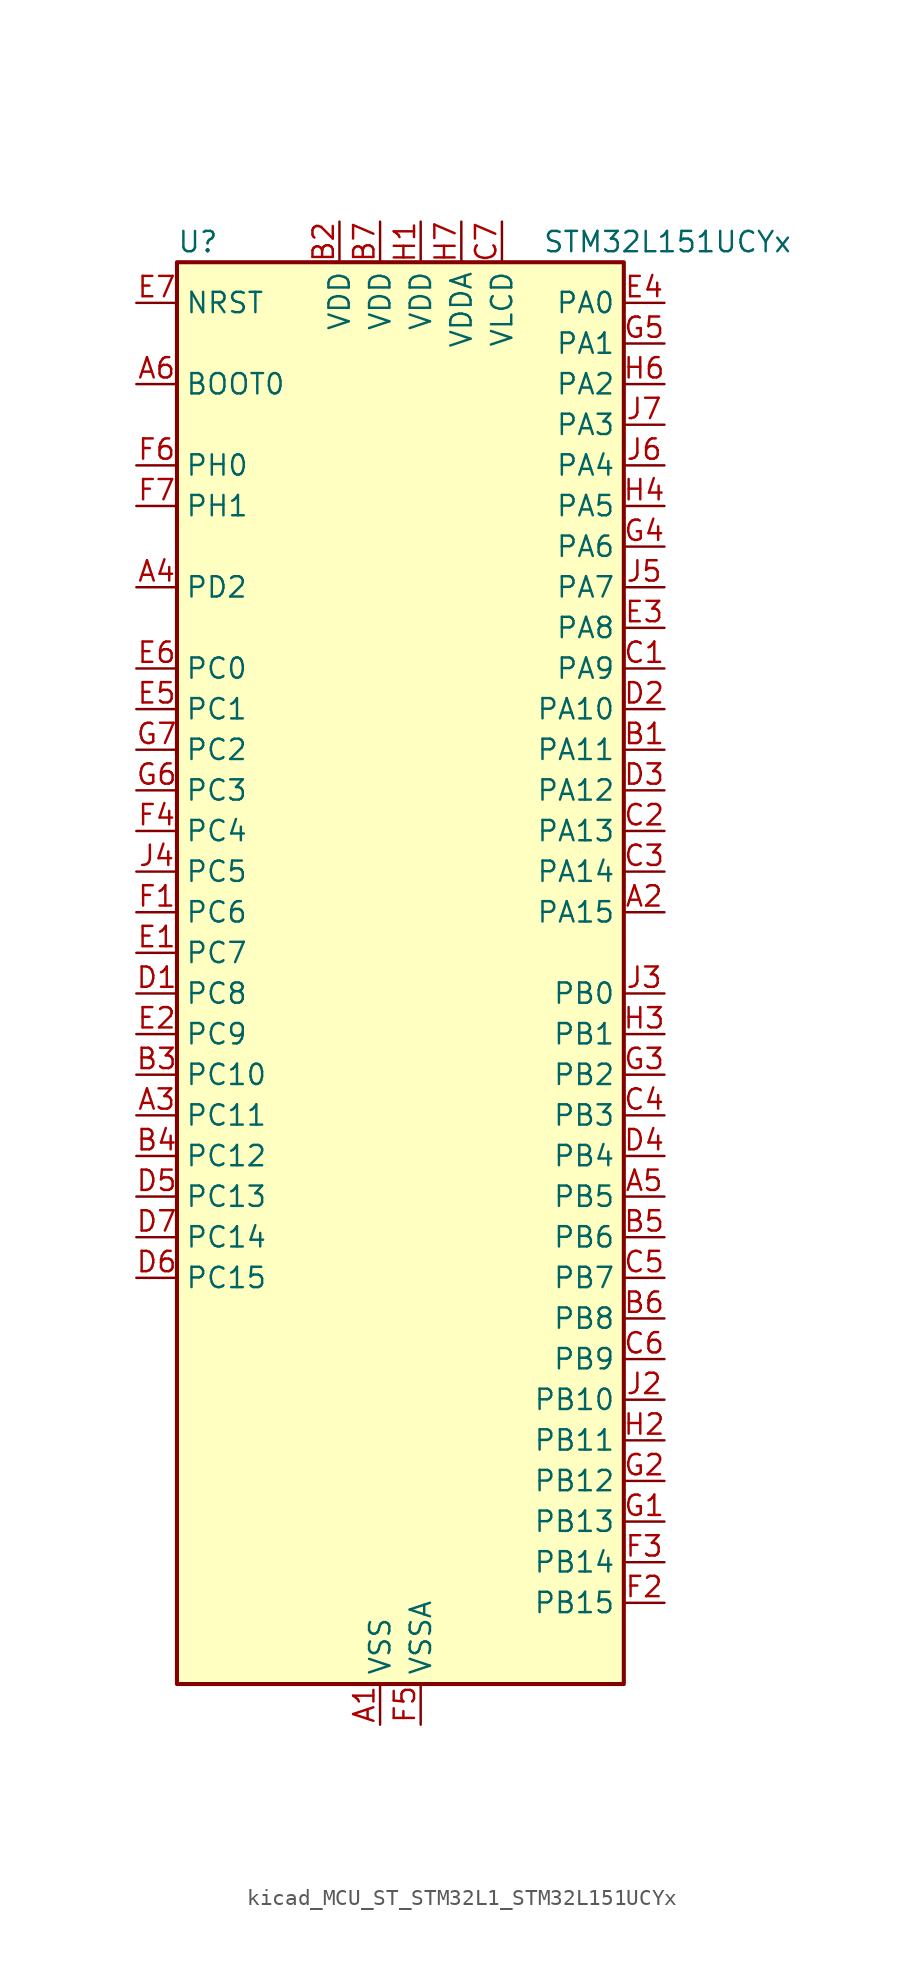
<source format=kicad_sym>
(kicad_symbol_lib
  (version 20220914)
  (generator kicad_symbol_editor)
  (symbol "kicad_MCU_ST_STM32L1_STM32L151UCYx"
    (property "Reference" "U"
      (at -12.7 46.99 0)
      (effects (font (size 1.27 1.27)) (justify left)))
    (property "Value" "STM32L151UCYx"
      (at 10.16 46.99 0)
      (effects (font (size 1.27 1.27)) (justify left)))
    (property "ki_locked" ""
      (at 0 0 0)
      (effects (font (size 1.27 1.27))))
    (symbol "kicad_MCU_ST_STM32L1_STM32L151UCYx_0_1"
      (rectangle (start -12.7 -43.18) (end 15.24 45.72) (stroke (width 0.254) (type default)) (fill (type background))))
    (symbol "kicad_MCU_ST_STM32L1_STM32L151UCYx_1_1"
      (pin power_in line (at 0 -45.72 90) (length 2.54) (name "VSS" (effects (font (size 1.27 1.27)))) (number "A1" (effects (font (size 1.27 1.27)))))
      (pin bidirectional line (at 17.78 5.08 180) (length 2.54) (name "PA15" (effects (font (size 1.27 1.27)))) (number "A2" (effects (font (size 1.27 1.27)))) (alternate "ADC_EXTI15" bidirectional line) (alternate "I2S3_WS" bidirectional line) (alternate "SPI1_NSS" bidirectional line) (alternate "SPI3_NSS" bidirectional line) (alternate "SYS_JTDI" bidirectional line) (alternate "TIM2_CH1" bidirectional line) (alternate "TIM2_ETR" bidirectional line) (alternate "TIMX_IC4" bidirectional line) (alternate "TS_G5_IO3" bidirectional line))
      (pin bidirectional line (at -15.24 -7.62 0) (length 2.54) (name "PC11" (effects (font (size 1.27 1.27)))) (number "A3" (effects (font (size 1.27 1.27)))) (alternate "ADC_EXTI11" bidirectional line) (alternate "SPI3_MISO" bidirectional line) (alternate "TIMX_IC4" bidirectional line) (alternate "USART3_RX" bidirectional line))
      (pin bidirectional line (at -15.24 25.4 0) (length 2.54) (name "PD2" (effects (font (size 1.27 1.27)))) (number "A4" (effects (font (size 1.27 1.27)))) (alternate "TIM3_ETR" bidirectional line) (alternate "TIMX_IC3" bidirectional line))
      (pin bidirectional line (at 17.78 -12.7 180) (length 2.54) (name "PB5" (effects (font (size 1.27 1.27)))) (number "A5" (effects (font (size 1.27 1.27)))) (alternate "COMP2_INP" bidirectional line) (alternate "I2C1_SMBA" bidirectional line) (alternate "I2S3_SD" bidirectional line) (alternate "SPI1_MOSI" bidirectional line) (alternate "SPI3_MOSI" bidirectional line) (alternate "TIM3_CH2" bidirectional line) (alternate "TS_G6_IO2" bidirectional line))
      (pin input line (at -15.24 38.1 0) (length 2.54) (name "BOOT0" (effects (font (size 1.27 1.27)))) (number "A6" (effects (font (size 1.27 1.27)))))
      (pin passive line (at 0 -45.72 90) (length 2.54) hide (name "VSS" (effects (font (size 1.27 1.27)))) (number "A7" (effects (font (size 1.27 1.27)))))
      (pin bidirectional line (at 17.78 15.24 180) (length 2.54) (name "PA11" (effects (font (size 1.27 1.27)))) (number "B1" (effects (font (size 1.27 1.27)))) (alternate "ADC_EXTI11" bidirectional line) (alternate "SPI1_MISO" bidirectional line) (alternate "TIMX_IC4" bidirectional line) (alternate "USART1_CTS" bidirectional line) (alternate "USB_DM" bidirectional line))
      (pin power_in line (at -2.54 48.26 270) (length 2.54) (name "VDD" (effects (font (size 1.27 1.27)))) (number "B2" (effects (font (size 1.27 1.27)))))
      (pin bidirectional line (at -15.24 -5.08 0) (length 2.54) (name "PC10" (effects (font (size 1.27 1.27)))) (number "B3" (effects (font (size 1.27 1.27)))) (alternate "I2S3_CK" bidirectional line) (alternate "SPI3_SCK" bidirectional line) (alternate "TIMX_IC3" bidirectional line) (alternate "USART3_TX" bidirectional line))
      (pin bidirectional line (at -15.24 -10.16 0) (length 2.54) (name "PC12" (effects (font (size 1.27 1.27)))) (number "B4" (effects (font (size 1.27 1.27)))) (alternate "I2S3_SD" bidirectional line) (alternate "SPI3_MOSI" bidirectional line) (alternate "TIMX_IC1" bidirectional line) (alternate "USART3_CK" bidirectional line))
      (pin bidirectional line (at 17.78 -15.24 180) (length 2.54) (name "PB6" (effects (font (size 1.27 1.27)))) (number "B5" (effects (font (size 1.27 1.27)))) (alternate "COMP2_INP" bidirectional line) (alternate "I2C1_SCL" bidirectional line) (alternate "TIM4_CH1" bidirectional line) (alternate "TS_G6_IO3" bidirectional line) (alternate "USART1_TX" bidirectional line))
      (pin bidirectional line (at 17.78 -20.32 180) (length 2.54) (name "PB8" (effects (font (size 1.27 1.27)))) (number "B6" (effects (font (size 1.27 1.27)))) (alternate "I2C1_SCL" bidirectional line) (alternate "TIM10_CH1" bidirectional line) (alternate "TIM4_CH3" bidirectional line))
      (pin power_in line (at 0 48.26 270) (length 2.54) (name "VDD" (effects (font (size 1.27 1.27)))) (number "B7" (effects (font (size 1.27 1.27)))))
      (pin bidirectional line (at 17.78 20.32 180) (length 2.54) (name "PA9" (effects (font (size 1.27 1.27)))) (number "C1" (effects (font (size 1.27 1.27)))) (alternate "DAC_EXTI9" bidirectional line) (alternate "TIMX_IC2" bidirectional line) (alternate "TS_G4_IO2" bidirectional line) (alternate "USART1_TX" bidirectional line))
      (pin bidirectional line (at 17.78 10.16 180) (length 2.54) (name "PA13" (effects (font (size 1.27 1.27)))) (number "C2" (effects (font (size 1.27 1.27)))) (alternate "SYS_JTMS-SWDIO" bidirectional line) (alternate "TIMX_IC2" bidirectional line) (alternate "TS_G5_IO1" bidirectional line))
      (pin bidirectional line (at 17.78 7.62 180) (length 2.54) (name "PA14" (effects (font (size 1.27 1.27)))) (number "C3" (effects (font (size 1.27 1.27)))) (alternate "SYS_JTCK-SWCLK" bidirectional line) (alternate "TIMX_IC3" bidirectional line) (alternate "TS_G5_IO2" bidirectional line))
      (pin bidirectional line (at 17.78 -7.62 180) (length 2.54) (name "PB3" (effects (font (size 1.27 1.27)))) (number "C4" (effects (font (size 1.27 1.27)))) (alternate "COMP2_INM" bidirectional line) (alternate "I2S3_CK" bidirectional line) (alternate "SPI1_SCK" bidirectional line) (alternate "SPI3_SCK" bidirectional line) (alternate "SYS_JTDO-TRACESWO" bidirectional line) (alternate "TIM2_CH2" bidirectional line))
      (pin bidirectional line (at 17.78 -17.78 180) (length 2.54) (name "PB7" (effects (font (size 1.27 1.27)))) (number "C5" (effects (font (size 1.27 1.27)))) (alternate "COMP2_INP" bidirectional line) (alternate "I2C1_SDA" bidirectional line) (alternate "SYS_PVD_IN" bidirectional line) (alternate "TIM4_CH2" bidirectional line) (alternate "TS_G6_IO4" bidirectional line) (alternate "USART1_RX" bidirectional line))
      (pin bidirectional line (at 17.78 -22.86 180) (length 2.54) (name "PB9" (effects (font (size 1.27 1.27)))) (number "C6" (effects (font (size 1.27 1.27)))) (alternate "DAC_EXTI9" bidirectional line) (alternate "I2C1_SDA" bidirectional line) (alternate "TIM11_CH1" bidirectional line) (alternate "TIM4_CH4" bidirectional line))
      (pin power_in line (at 7.62 48.26 270) (length 2.54) (name "VLCD" (effects (font (size 1.27 1.27)))) (number "C7" (effects (font (size 1.27 1.27)))))
      (pin bidirectional line (at -15.24 0 0) (length 2.54) (name "PC8" (effects (font (size 1.27 1.27)))) (number "D1" (effects (font (size 1.27 1.27)))) (alternate "TIM3_CH3" bidirectional line) (alternate "TIMX_IC1" bidirectional line) (alternate "TS_G10_IO3" bidirectional line))
      (pin bidirectional line (at 17.78 17.78 180) (length 2.54) (name "PA10" (effects (font (size 1.27 1.27)))) (number "D2" (effects (font (size 1.27 1.27)))) (alternate "TIMX_IC3" bidirectional line) (alternate "TS_G4_IO3" bidirectional line) (alternate "USART1_RX" bidirectional line))
      (pin bidirectional line (at 17.78 12.7 180) (length 2.54) (name "PA12" (effects (font (size 1.27 1.27)))) (number "D3" (effects (font (size 1.27 1.27)))) (alternate "SPI1_MOSI" bidirectional line) (alternate "TIMX_IC1" bidirectional line) (alternate "USART1_RTS" bidirectional line) (alternate "USB_DP" bidirectional line))
      (pin bidirectional line (at 17.78 -10.16 180) (length 2.54) (name "PB4" (effects (font (size 1.27 1.27)))) (number "D4" (effects (font (size 1.27 1.27)))) (alternate "COMP2_INP" bidirectional line) (alternate "SPI1_MISO" bidirectional line) (alternate "SPI3_MISO" bidirectional line) (alternate "SYS_JTRST" bidirectional line) (alternate "TIM3_CH1" bidirectional line) (alternate "TS_G6_IO1" bidirectional line))
      (pin bidirectional line (at -15.24 -12.7 0) (length 2.54) (name "PC13" (effects (font (size 1.27 1.27)))) (number "D5" (effects (font (size 1.27 1.27)))) (alternate "RTC_OUT_ALARM" bidirectional line) (alternate "RTC_OUT_CALIB" bidirectional line) (alternate "RTC_TAMP1" bidirectional line) (alternate "RTC_TS" bidirectional line) (alternate "SYS_WKUP2" bidirectional line) (alternate "TIMX_IC2" bidirectional line))
      (pin bidirectional line (at -15.24 -17.78 0) (length 2.54) (name "PC15" (effects (font (size 1.27 1.27)))) (number "D6" (effects (font (size 1.27 1.27)))) (alternate "ADC_EXTI15" bidirectional line) (alternate "RCC_OSC32_OUT" bidirectional line) (alternate "TIMX_IC4" bidirectional line))
      (pin bidirectional line (at -15.24 -15.24 0) (length 2.54) (name "PC14" (effects (font (size 1.27 1.27)))) (number "D7" (effects (font (size 1.27 1.27)))) (alternate "RCC_OSC32_IN" bidirectional line) (alternate "TIMX_IC3" bidirectional line))
      (pin bidirectional line (at -15.24 2.54 0) (length 2.54) (name "PC7" (effects (font (size 1.27 1.27)))) (number "E1" (effects (font (size 1.27 1.27)))) (alternate "I2S3_MCK" bidirectional line) (alternate "TIM3_CH2" bidirectional line) (alternate "TIMX_IC4" bidirectional line) (alternate "TS_G10_IO2" bidirectional line))
      (pin bidirectional line (at -15.24 -2.54 0) (length 2.54) (name "PC9" (effects (font (size 1.27 1.27)))) (number "E2" (effects (font (size 1.27 1.27)))) (alternate "DAC_EXTI9" bidirectional line) (alternate "TIM3_CH4" bidirectional line) (alternate "TIMX_IC2" bidirectional line) (alternate "TS_G10_IO4" bidirectional line))
      (pin bidirectional line (at 17.78 22.86 180) (length 2.54) (name "PA8" (effects (font (size 1.27 1.27)))) (number "E3" (effects (font (size 1.27 1.27)))) (alternate "RCC_MCO" bidirectional line) (alternate "TIMX_IC1" bidirectional line) (alternate "TS_G4_IO1" bidirectional line) (alternate "USART1_CK" bidirectional line))
      (pin bidirectional line (at 17.78 43.18 180) (length 2.54) (name "PA0" (effects (font (size 1.27 1.27)))) (number "E4" (effects (font (size 1.27 1.27)))) (alternate "ADC_IN0" bidirectional line) (alternate "COMP1_INP" bidirectional line) (alternate "RTC_TAMP2" bidirectional line) (alternate "SYS_WKUP1" bidirectional line) (alternate "TIM2_CH1" bidirectional line) (alternate "TIM2_ETR" bidirectional line) (alternate "TIM5_CH1" bidirectional line) (alternate "TIMX_IC1" bidirectional line) (alternate "TS_G1_IO1" bidirectional line) (alternate "USART2_CTS" bidirectional line))
      (pin bidirectional line (at -15.24 17.78 0) (length 2.54) (name "PC1" (effects (font (size 1.27 1.27)))) (number "E5" (effects (font (size 1.27 1.27)))) (alternate "ADC_IN11" bidirectional line) (alternate "COMP1_INP" bidirectional line) (alternate "TIMX_IC2" bidirectional line) (alternate "TS_G8_IO2" bidirectional line))
      (pin bidirectional line (at -15.24 20.32 0) (length 2.54) (name "PC0" (effects (font (size 1.27 1.27)))) (number "E6" (effects (font (size 1.27 1.27)))) (alternate "ADC_IN10" bidirectional line) (alternate "COMP1_INP" bidirectional line) (alternate "TIMX_IC1" bidirectional line) (alternate "TS_G8_IO1" bidirectional line))
      (pin input line (at -15.24 43.18 0) (length 2.54) (name "NRST" (effects (font (size 1.27 1.27)))) (number "E7" (effects (font (size 1.27 1.27)))))
      (pin bidirectional line (at -15.24 5.08 0) (length 2.54) (name "PC6" (effects (font (size 1.27 1.27)))) (number "F1" (effects (font (size 1.27 1.27)))) (alternate "I2S2_MCK" bidirectional line) (alternate "TIM3_CH1" bidirectional line) (alternate "TIMX_IC3" bidirectional line) (alternate "TS_G10_IO1" bidirectional line))
      (pin bidirectional line (at 17.78 -38.1 180) (length 2.54) (name "PB15" (effects (font (size 1.27 1.27)))) (number "F2" (effects (font (size 1.27 1.27)))) (alternate "ADC_EXTI15" bidirectional line) (alternate "ADC_IN21" bidirectional line) (alternate "COMP1_INP" bidirectional line) (alternate "I2S2_SD" bidirectional line) (alternate "RTC_REFIN" bidirectional line) (alternate "SPI2_MOSI" bidirectional line) (alternate "TIM11_CH1" bidirectional line) (alternate "TS_G7_IO4" bidirectional line))
      (pin bidirectional line (at 17.78 -35.56 180) (length 2.54) (name "PB14" (effects (font (size 1.27 1.27)))) (number "F3" (effects (font (size 1.27 1.27)))) (alternate "ADC_IN20" bidirectional line) (alternate "COMP1_INP" bidirectional line) (alternate "SPI2_MISO" bidirectional line) (alternate "TIM9_CH2" bidirectional line) (alternate "TS_G7_IO3" bidirectional line) (alternate "USART3_RTS" bidirectional line))
      (pin bidirectional line (at -15.24 10.16 0) (length 2.54) (name "PC4" (effects (font (size 1.27 1.27)))) (number "F4" (effects (font (size 1.27 1.27)))) (alternate "ADC_IN14" bidirectional line) (alternate "COMP1_INP" bidirectional line) (alternate "TIMX_IC1" bidirectional line) (alternate "TS_G9_IO1" bidirectional line))
      (pin power_in line (at 2.54 -45.72 90) (length 2.54) (name "VSSA" (effects (font (size 1.27 1.27)))) (number "F5" (effects (font (size 1.27 1.27)))))
      (pin bidirectional line (at -15.24 33.02 0) (length 2.54) (name "PH0" (effects (font (size 1.27 1.27)))) (number "F6" (effects (font (size 1.27 1.27)))) (alternate "RCC_OSC_IN" bidirectional line))
      (pin bidirectional line (at -15.24 30.48 0) (length 2.54) (name "PH1" (effects (font (size 1.27 1.27)))) (number "F7" (effects (font (size 1.27 1.27)))) (alternate "RCC_OSC_OUT" bidirectional line))
      (pin bidirectional line (at 17.78 -33.02 180) (length 2.54) (name "PB13" (effects (font (size 1.27 1.27)))) (number "G1" (effects (font (size 1.27 1.27)))) (alternate "ADC_IN19" bidirectional line) (alternate "COMP1_INP" bidirectional line) (alternate "I2S2_CK" bidirectional line) (alternate "SPI2_SCK" bidirectional line) (alternate "TIM9_CH1" bidirectional line) (alternate "TS_G7_IO2" bidirectional line) (alternate "USART3_CTS" bidirectional line))
      (pin bidirectional line (at 17.78 -30.48 180) (length 2.54) (name "PB12" (effects (font (size 1.27 1.27)))) (number "G2" (effects (font (size 1.27 1.27)))) (alternate "ADC_IN18" bidirectional line) (alternate "COMP1_INP" bidirectional line) (alternate "I2C2_SMBA" bidirectional line) (alternate "I2S2_WS" bidirectional line) (alternate "SPI2_NSS" bidirectional line) (alternate "TIM10_CH1" bidirectional line) (alternate "TS_G7_IO1" bidirectional line) (alternate "USART3_CK" bidirectional line))
      (pin bidirectional line (at 17.78 -5.08 180) (length 2.54) (name "PB2" (effects (font (size 1.27 1.27)))) (number "G3" (effects (font (size 1.27 1.27)))) (alternate "TS_G3_IO3" bidirectional line))
      (pin bidirectional line (at 17.78 27.94 180) (length 2.54) (name "PA6" (effects (font (size 1.27 1.27)))) (number "G4" (effects (font (size 1.27 1.27)))) (alternate "ADC_IN6" bidirectional line) (alternate "COMP1_INP" bidirectional line) (alternate "OPAMP2_VINP" bidirectional line) (alternate "SPI1_MISO" bidirectional line) (alternate "TIM10_CH1" bidirectional line) (alternate "TIM3_CH1" bidirectional line) (alternate "TIMX_IC3" bidirectional line) (alternate "TS_G2_IO1" bidirectional line))
      (pin bidirectional line (at 17.78 40.64 180) (length 2.54) (name "PA1" (effects (font (size 1.27 1.27)))) (number "G5" (effects (font (size 1.27 1.27)))) (alternate "ADC_IN1" bidirectional line) (alternate "COMP1_INP" bidirectional line) (alternate "OPAMP1_VINP" bidirectional line) (alternate "TIM2_CH2" bidirectional line) (alternate "TIM5_CH2" bidirectional line) (alternate "TIMX_IC2" bidirectional line) (alternate "TS_G1_IO2" bidirectional line) (alternate "USART2_RTS" bidirectional line))
      (pin bidirectional line (at -15.24 12.7 0) (length 2.54) (name "PC3" (effects (font (size 1.27 1.27)))) (number "G6" (effects (font (size 1.27 1.27)))) (alternate "ADC_IN13" bidirectional line) (alternate "COMP1_INP" bidirectional line) (alternate "TIMX_IC4" bidirectional line) (alternate "TS_G8_IO4" bidirectional line))
      (pin bidirectional line (at -15.24 15.24 0) (length 2.54) (name "PC2" (effects (font (size 1.27 1.27)))) (number "G7" (effects (font (size 1.27 1.27)))) (alternate "ADC_IN12" bidirectional line) (alternate "COMP1_INP" bidirectional line) (alternate "TIMX_IC3" bidirectional line) (alternate "TS_G8_IO3" bidirectional line))
      (pin power_in line (at 2.54 48.26 270) (length 2.54) (name "VDD" (effects (font (size 1.27 1.27)))) (number "H1" (effects (font (size 1.27 1.27)))))
      (pin bidirectional line (at 17.78 -27.94 180) (length 2.54) (name "PB11" (effects (font (size 1.27 1.27)))) (number "H2" (effects (font (size 1.27 1.27)))) (alternate "ADC_EXTI11" bidirectional line) (alternate "I2C2_SDA" bidirectional line) (alternate "TIM2_CH4" bidirectional line) (alternate "USART3_RX" bidirectional line))
      (pin bidirectional line (at 17.78 -2.54 180) (length 2.54) (name "PB1" (effects (font (size 1.27 1.27)))) (number "H3" (effects (font (size 1.27 1.27)))) (alternate "ADC_IN9" bidirectional line) (alternate "COMP1_INP" bidirectional line) (alternate "SYS_V_REF_OUT" bidirectional line) (alternate "TIM3_CH4" bidirectional line) (alternate "TS_G3_IO2" bidirectional line))
      (pin bidirectional line (at 17.78 30.48 180) (length 2.54) (name "PA5" (effects (font (size 1.27 1.27)))) (number "H4" (effects (font (size 1.27 1.27)))) (alternate "ADC_IN5" bidirectional line) (alternate "COMP1_INP" bidirectional line) (alternate "DAC_OUT2" bidirectional line) (alternate "SPI1_SCK" bidirectional line) (alternate "TIM2_CH1" bidirectional line) (alternate "TIM2_ETR" bidirectional line) (alternate "TIMX_IC2" bidirectional line))
      (pin passive line (at 0 -45.72 90) (length 2.54) hide (name "VSS" (effects (font (size 1.27 1.27)))) (number "H5" (effects (font (size 1.27 1.27)))))
      (pin bidirectional line (at 17.78 38.1 180) (length 2.54) (name "PA2" (effects (font (size 1.27 1.27)))) (number "H6" (effects (font (size 1.27 1.27)))) (alternate "ADC_IN2" bidirectional line) (alternate "COMP1_INP" bidirectional line) (alternate "OPAMP1_VINM" bidirectional line) (alternate "TIM2_CH3" bidirectional line) (alternate "TIM5_CH3" bidirectional line) (alternate "TIM9_CH1" bidirectional line) (alternate "TIMX_IC3" bidirectional line) (alternate "TS_G1_IO3" bidirectional line) (alternate "USART2_TX" bidirectional line))
      (pin power_in line (at 5.08 48.26 270) (length 2.54) (name "VDDA" (effects (font (size 1.27 1.27)))) (number "H7" (effects (font (size 1.27 1.27)))))
      (pin passive line (at 0 -45.72 90) (length 2.54) hide (name "VSS" (effects (font (size 1.27 1.27)))) (number "J1" (effects (font (size 1.27 1.27)))))
      (pin bidirectional line (at 17.78 -25.4 180) (length 2.54) (name "PB10" (effects (font (size 1.27 1.27)))) (number "J2" (effects (font (size 1.27 1.27)))) (alternate "I2C2_SCL" bidirectional line) (alternate "TIM2_CH3" bidirectional line) (alternate "USART3_TX" bidirectional line))
      (pin bidirectional line (at 17.78 0 180) (length 2.54) (name "PB0" (effects (font (size 1.27 1.27)))) (number "J3" (effects (font (size 1.27 1.27)))) (alternate "ADC_IN8" bidirectional line) (alternate "COMP1_INP" bidirectional line) (alternate "OPAMP2_VOUT" bidirectional line) (alternate "SYS_V_REF_OUT" bidirectional line) (alternate "TIM3_CH3" bidirectional line) (alternate "TS_G3_IO1" bidirectional line))
      (pin bidirectional line (at -15.24 7.62 0) (length 2.54) (name "PC5" (effects (font (size 1.27 1.27)))) (number "J4" (effects (font (size 1.27 1.27)))) (alternate "ADC_IN15" bidirectional line) (alternate "COMP1_INP" bidirectional line) (alternate "TIMX_IC2" bidirectional line) (alternate "TS_G9_IO2" bidirectional line))
      (pin bidirectional line (at 17.78 25.4 180) (length 2.54) (name "PA7" (effects (font (size 1.27 1.27)))) (number "J5" (effects (font (size 1.27 1.27)))) (alternate "ADC_IN7" bidirectional line) (alternate "COMP1_INP" bidirectional line) (alternate "OPAMP2_VINM" bidirectional line) (alternate "SPI1_MOSI" bidirectional line) (alternate "TIM11_CH1" bidirectional line) (alternate "TIM3_CH2" bidirectional line) (alternate "TIMX_IC4" bidirectional line) (alternate "TS_G2_IO2" bidirectional line))
      (pin bidirectional line (at 17.78 33.02 180) (length 2.54) (name "PA4" (effects (font (size 1.27 1.27)))) (number "J6" (effects (font (size 1.27 1.27)))) (alternate "ADC_IN4" bidirectional line) (alternate "COMP1_INP" bidirectional line) (alternate "DAC_OUT1" bidirectional line) (alternate "I2S3_WS" bidirectional line) (alternate "SPI1_NSS" bidirectional line) (alternate "SPI3_NSS" bidirectional line) (alternate "TIMX_IC1" bidirectional line) (alternate "USART2_CK" bidirectional line))
      (pin bidirectional line (at 17.78 35.56 180) (length 2.54) (name "PA3" (effects (font (size 1.27 1.27)))) (number "J7" (effects (font (size 1.27 1.27)))) (alternate "ADC_IN3" bidirectional line) (alternate "COMP1_INP" bidirectional line) (alternate "OPAMP1_VOUT" bidirectional line) (alternate "TIM2_CH4" bidirectional line) (alternate "TIM5_CH4" bidirectional line) (alternate "TIM9_CH2" bidirectional line) (alternate "TIMX_IC4" bidirectional line) (alternate "TS_G1_IO4" bidirectional line) (alternate "USART2_RX" bidirectional line)))))
</source>
